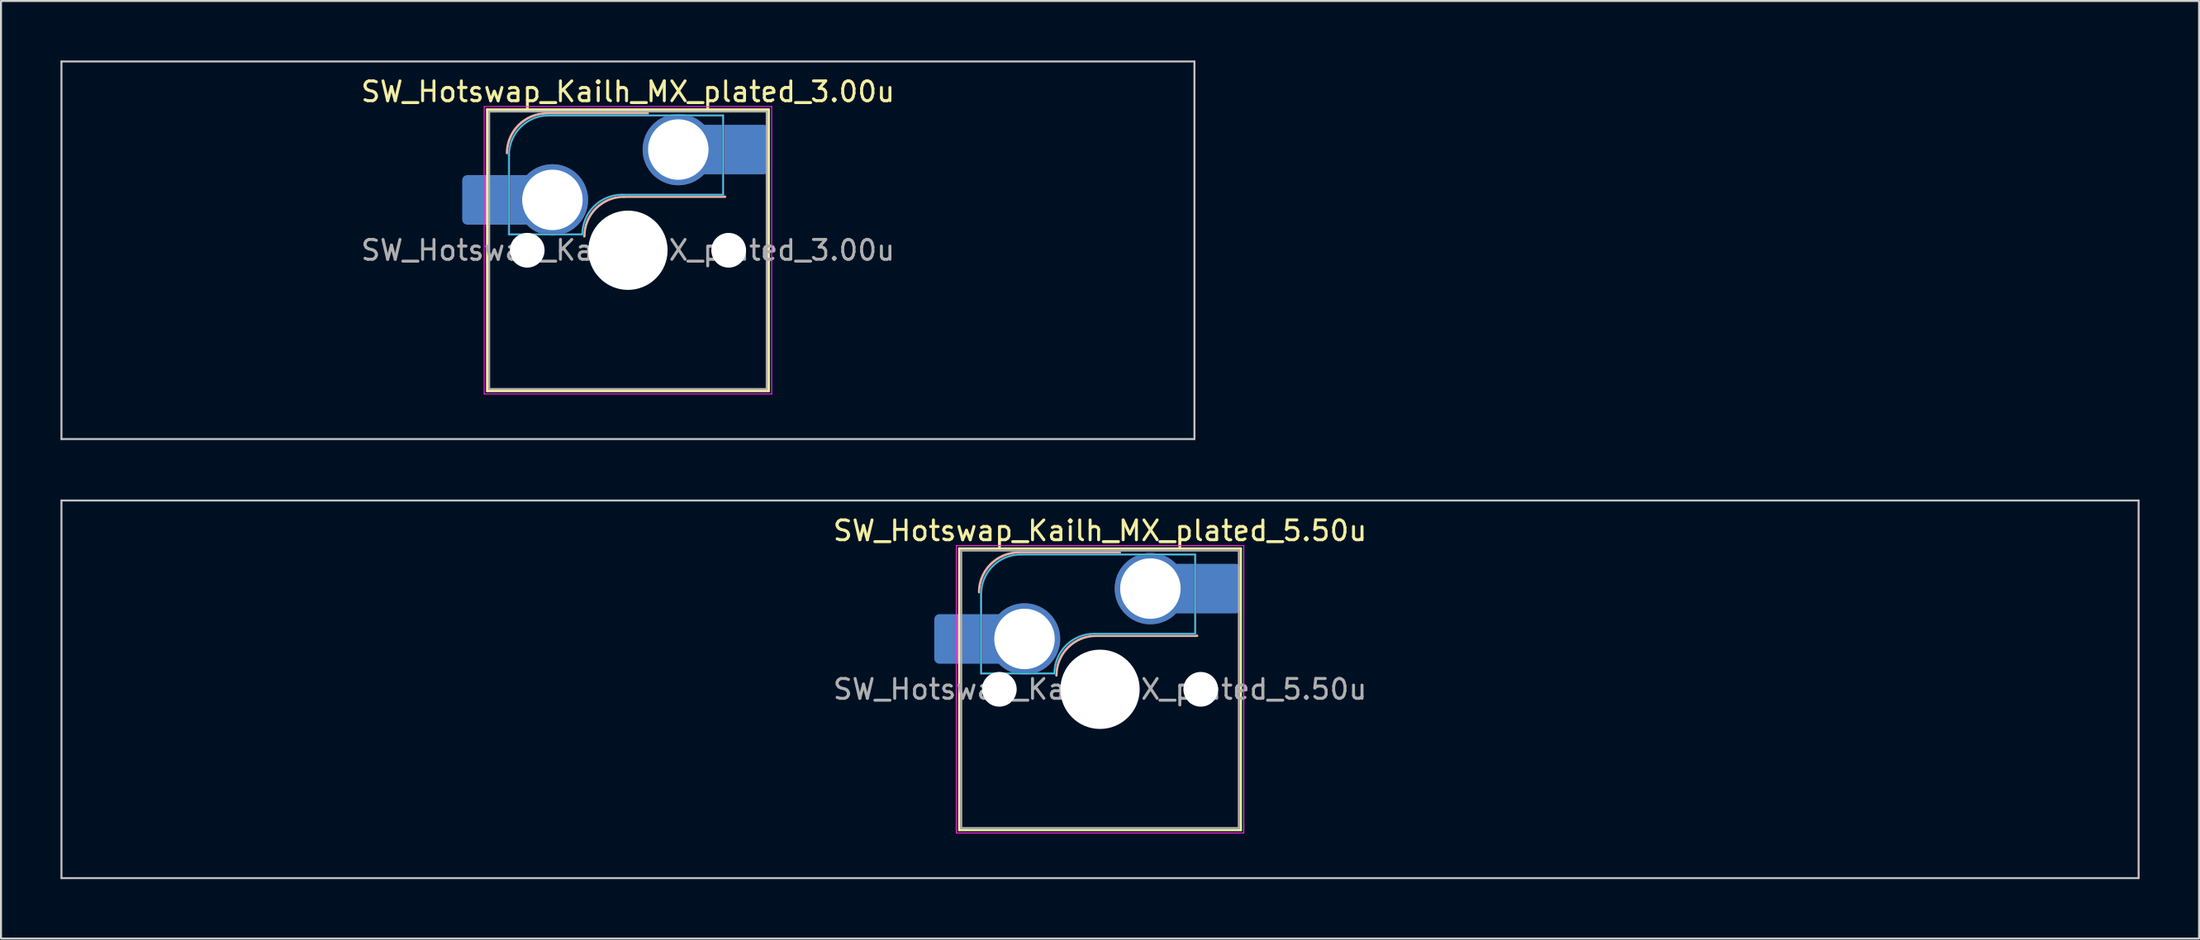
<source format=kicad_pcb>
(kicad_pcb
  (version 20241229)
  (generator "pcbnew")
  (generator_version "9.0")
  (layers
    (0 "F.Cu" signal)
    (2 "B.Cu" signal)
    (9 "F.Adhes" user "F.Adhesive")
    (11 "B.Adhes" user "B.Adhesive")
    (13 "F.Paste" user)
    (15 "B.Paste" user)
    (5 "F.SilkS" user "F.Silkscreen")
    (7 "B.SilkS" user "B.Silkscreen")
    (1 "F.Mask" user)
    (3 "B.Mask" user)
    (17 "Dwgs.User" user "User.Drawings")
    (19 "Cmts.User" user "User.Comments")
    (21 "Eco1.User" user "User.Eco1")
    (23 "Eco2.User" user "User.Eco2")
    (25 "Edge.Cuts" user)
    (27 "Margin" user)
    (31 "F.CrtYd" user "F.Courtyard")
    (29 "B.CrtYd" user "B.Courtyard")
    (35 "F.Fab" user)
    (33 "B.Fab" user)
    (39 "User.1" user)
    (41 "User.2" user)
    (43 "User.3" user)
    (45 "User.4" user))
  (footprint "SW_Hotswap_Kailh_MX_plated_3.00u"
    (layer "F.Cu")
    (at 28.625 9.575)
    (property "Reference" "SW_Hotswap_Kailh_MX_plated_3.00u" (at 0 -8 0) (layer "F.SilkS") (effects (font (size 1 1) (thickness 0.15))))
    (attr smd)
    (fp_line (start -7.1 -7.1) (end -7.1 7.1) (stroke (width 0.12) (type solid)) (layer "F.SilkS"))
    (fp_line (start -7.1 7.1) (end 7.1 7.1) (stroke (width 0.12) (type solid)) (layer "F.SilkS"))
    (fp_line (start 7.1 -7.1) (end -7.1 -7.1) (stroke (width 0.12) (type solid)) (layer "F.SilkS"))
    (fp_line (start 7.1 7.1) (end 7.1 -7.1) (stroke (width 0.12) (type solid)) (layer "F.SilkS"))
    (fp_line (start -4.1 -6.9) (end 1 -6.9) (stroke (width 0.12) (type solid)) (layer "B.SilkS"))
    (fp_line (start -0.2 -2.7) (end 4.9 -2.7) (stroke (width 0.12) (type solid)) (layer "B.SilkS"))
    (fp_arc (start -6.1 -4.9) (mid -5.514214 -6.314214) (end -4.1 -6.9) (stroke (width 0.12) (type solid)) (layer "B.SilkS"))
    (fp_arc (start -2.2 -0.7) (mid -1.614214 -2.114214) (end -0.2 -2.7) (stroke (width 0.12) (type solid)) (layer "B.SilkS"))
    (fp_line (start -28.575 -9.525) (end -28.575 9.525) (stroke (width 0.1) (type solid)) (layer "Dwgs.User"))
    (fp_line (start -28.575 9.525) (end 28.575 9.525) (stroke (width 0.1) (type solid)) (layer "Dwgs.User"))
    (fp_line (start 28.575 -9.525) (end -28.575 -9.525) (stroke (width 0.1) (type solid)) (layer "Dwgs.User"))
    (fp_line (start 28.575 9.525) (end 28.575 -9.525) (stroke (width 0.1) (type solid)) (layer "Dwgs.User"))
    (fp_line (start -7.8 -6) (end -7 -6) (stroke (width 0.1) (type solid)) (layer "Eco1.User"))
    (fp_line (start -7.8 -2.9) (end -7.8 -6) (stroke (width 0.1) (type solid)) (layer "Eco1.User"))
    (fp_line (start -7.8 2.9) (end -7 2.9) (stroke (width 0.1) (type solid)) (layer "Eco1.User"))
    (fp_line (start -7.8 6) (end -7.8 2.9) (stroke (width 0.1) (type solid)) (layer "Eco1.User"))
    (fp_line (start -7 -7) (end 7 -7) (stroke (width 0.1) (type solid)) (layer "Eco1.User"))
    (fp_line (start -7 -6) (end -7 -7) (stroke (width 0.1) (type solid)) (layer "Eco1.User"))
    (fp_line (start -7 -2.9) (end -7.8 -2.9) (stroke (width 0.1) (type solid)) (layer "Eco1.User"))
    (fp_line (start -7 2.9) (end -7 -2.9) (stroke (width 0.1) (type solid)) (layer "Eco1.User"))
    (fp_line (start -7 6) (end -7.8 6) (stroke (width 0.1) (type solid)) (layer "Eco1.User"))
    (fp_line (start -7 7) (end -7 6) (stroke (width 0.1) (type solid)) (layer "Eco1.User"))
    (fp_line (start 7 -7) (end 7 -6) (stroke (width 0.1) (type solid)) (layer "Eco1.User"))
    (fp_line (start 7 -6) (end 7.8 -6) (stroke (width 0.1) (type solid)) (layer "Eco1.User"))
    (fp_line (start 7 -2.9) (end 7 2.9) (stroke (width 0.1) (type solid)) (layer "Eco1.User"))
    (fp_line (start 7 2.9) (end 7.8 2.9) (stroke (width 0.1) (type solid)) (layer "Eco1.User"))
    (fp_line (start 7 6) (end 7 7) (stroke (width 0.1) (type solid)) (layer "Eco1.User"))
    (fp_line (start 7 7) (end -7 7) (stroke (width 0.1) (type solid)) (layer "Eco1.User"))
    (fp_line (start 7.8 -6) (end 7.8 -2.9) (stroke (width 0.1) (type solid)) (layer "Eco1.User"))
    (fp_line (start 7.8 -2.9) (end 7 -2.9) (stroke (width 0.1) (type solid)) (layer "Eco1.User"))
    (fp_line (start 7.8 2.9) (end 7.8 6) (stroke (width 0.1) (type solid)) (layer "Eco1.User"))
    (fp_line (start 7.8 6) (end 7 6) (stroke (width 0.1) (type solid)) (layer "Eco1.User"))
    (fp_line (start -6 -0.8) (end -6 -4.8) (stroke (width 0.05) (type solid)) (layer "B.CrtYd"))
    (fp_line (start -6 -0.8) (end -2.3 -0.8) (stroke (width 0.05) (type solid)) (layer "B.CrtYd"))
    (fp_line (start -4 -6.8) (end 4.8 -6.8) (stroke (width 0.05) (type solid)) (layer "B.CrtYd"))
    (fp_line (start -0.3 -2.8) (end 4.8 -2.8) (stroke (width 0.05) (type solid)) (layer "B.CrtYd"))
    (fp_line (start 4.8 -6.8) (end 4.8 -2.8) (stroke (width 0.05) (type solid)) (layer "B.CrtYd"))
    (fp_arc (start -6 -4.8) (mid -5.414214 -6.214214) (end -4 -6.8) (stroke (width 0.05) (type solid)) (layer "B.CrtYd"))
    (fp_arc (start -2.3 -0.8) (mid -1.714214 -2.214214) (end -0.3 -2.8) (stroke (width 0.05) (type solid)) (layer "B.CrtYd"))
    (fp_line (start -7.25 -7.25) (end -7.25 7.25) (stroke (width 0.05) (type solid)) (layer "F.CrtYd"))
    (fp_line (start -7.25 7.25) (end 7.25 7.25) (stroke (width 0.05) (type solid)) (layer "F.CrtYd"))
    (fp_line (start 7.25 -7.25) (end -7.25 -7.25) (stroke (width 0.05) (type solid)) (layer "F.CrtYd"))
    (fp_line (start 7.25 7.25) (end 7.25 -7.25) (stroke (width 0.05) (type solid)) (layer "F.CrtYd"))
    (fp_line (start -6 -0.8) (end -6 -4.8) (stroke (width 0.12) (type solid)) (layer "B.Fab"))
    (fp_line (start -6 -0.8) (end -2.3 -0.8) (stroke (width 0.12) (type solid)) (layer "B.Fab"))
    (fp_line (start -4 -6.8) (end 4.8 -6.8) (stroke (width 0.12) (type solid)) (layer "B.Fab"))
    (fp_line (start -0.3 -2.8) (end 4.8 -2.8) (stroke (width 0.12) (type solid)) (layer "B.Fab"))
    (fp_line (start 4.8 -6.8) (end 4.8 -2.8) (stroke (width 0.12) (type solid)) (layer "B.Fab"))
    (fp_arc (start -6 -4.8) (mid -5.414214 -6.214214) (end -4 -6.8) (stroke (width 0.12) (type solid)) (layer "B.Fab"))
    (fp_arc (start -2.3 -0.8) (mid -1.714214 -2.214214) (end -0.3 -2.8) (stroke (width 0.12) (type solid)) (layer "B.Fab"))
    (fp_line (start -7 -7) (end -7 7) (stroke (width 0.1) (type solid)) (layer "F.Fab"))
    (fp_line (start -7 7) (end 7 7) (stroke (width 0.1) (type solid)) (layer "F.Fab"))
    (fp_line (start 7 -7) (end -7 -7) (stroke (width 0.1) (type solid)) (layer "F.Fab"))
    (fp_line (start 7 7) (end 7 -7) (stroke (width 0.1) (type solid)) (layer "F.Fab"))
    (fp_text user "${REFERENCE}" (at 0 0 0) (layer "F.Fab") (effects (font (size 1 1) (thickness 0.15))))
    (pad "" smd roundrect (at -7.085 -2.54) (size 2.55 2.5) (layers "B.Mask" "B.Paste") (roundrect_rratio 0.1))
    (pad "" np_thru_hole circle (at -5.08 0) (size 1.75 1.75) (drill 1.75) (layers "*.Cu" "*.Mask"))
    (pad "" smd circle (at -3.81 -2.54) (size 3.1 3.1) (layers "F.Mask"))
    (pad "" np_thru_hole circle (at 0 0) (size 4 4) (drill 4) (layers "*.Cu" "*.Mask"))
    (pad "" smd circle (at 2.54 -5.08) (size 3.1 3.1) (layers "F.Mask"))
    (pad "" np_thru_hole circle (at 5.08 0) (size 1.75 1.75) (drill 1.75) (layers "*.Cu" "*.Mask"))
    (pad "" smd roundrect (at 5.842 -5.08) (size 2.55 2.5) (layers "B.Mask" "B.Paste") (roundrect_rratio 0.1))
    (pad "1" smd roundrect (at -6.585 -2.54) (size 3.55 2.5) (layers "B.Cu") (roundrect_rratio 0.1))
    (pad "1" thru_hole circle (at -3.81 -2.54) (size 3.6 3.6) (drill 3.05) (layers "*.Cu" "B.Mask"))
    (pad "2" thru_hole circle (at 2.54 -5.08) (size 3.6 3.6) (drill 3.05) (layers "*.Cu" "B.Mask"))
    (pad "2" smd roundrect (at 5.32 -5.08) (size 3.55 2.5) (layers "B.Cu") (roundrect_rratio 0.1)))
  (footprint "SW_Hotswap_Kailh_MX_plated_5.50u"
    (layer "F.Cu")
    (at 52.438 31.725)
    (property "Reference" "SW_Hotswap_Kailh_MX_plated_5.50u" (at 0 -8 0) (layer "F.SilkS") (effects (font (size 1 1) (thickness 0.15))))
    (attr smd)
    (fp_line (start -7.1 -7.1) (end -7.1 7.1) (stroke (width 0.12) (type solid)) (layer "F.SilkS"))
    (fp_line (start -7.1 7.1) (end 7.1 7.1) (stroke (width 0.12) (type solid)) (layer "F.SilkS"))
    (fp_line (start 7.1 -7.1) (end -7.1 -7.1) (stroke (width 0.12) (type solid)) (layer "F.SilkS"))
    (fp_line (start 7.1 7.1) (end 7.1 -7.1) (stroke (width 0.12) (type solid)) (layer "F.SilkS"))
    (fp_line (start -4.1 -6.9) (end 1 -6.9) (stroke (width 0.12) (type solid)) (layer "B.SilkS"))
    (fp_line (start -0.2 -2.7) (end 4.9 -2.7) (stroke (width 0.12) (type solid)) (layer "B.SilkS"))
    (fp_arc (start -6.1 -4.9) (mid -5.514214 -6.314214) (end -4.1 -6.9) (stroke (width 0.12) (type solid)) (layer "B.SilkS"))
    (fp_arc (start -2.2 -0.7) (mid -1.614214 -2.114214) (end -0.2 -2.7) (stroke (width 0.12) (type solid)) (layer "B.SilkS"))
    (fp_line (start -52.388 -9.525) (end -52.388 9.525) (stroke (width 0.1) (type solid)) (layer "Dwgs.User"))
    (fp_line (start -52.388 9.525) (end 52.388 9.525) (stroke (width 0.1) (type solid)) (layer "Dwgs.User"))
    (fp_line (start 52.388 -9.525) (end -52.388 -9.525) (stroke (width 0.1) (type solid)) (layer "Dwgs.User"))
    (fp_line (start 52.388 9.525) (end 52.388 -9.525) (stroke (width 0.1) (type solid)) (layer "Dwgs.User"))
    (fp_line (start -7.8 -6) (end -7 -6) (stroke (width 0.1) (type solid)) (layer "Eco1.User"))
    (fp_line (start -7.8 -2.9) (end -7.8 -6) (stroke (width 0.1) (type solid)) (layer "Eco1.User"))
    (fp_line (start -7.8 2.9) (end -7 2.9) (stroke (width 0.1) (type solid)) (layer "Eco1.User"))
    (fp_line (start -7.8 6) (end -7.8 2.9) (stroke (width 0.1) (type solid)) (layer "Eco1.User"))
    (fp_line (start -7 -7) (end 7 -7) (stroke (width 0.1) (type solid)) (layer "Eco1.User"))
    (fp_line (start -7 -6) (end -7 -7) (stroke (width 0.1) (type solid)) (layer "Eco1.User"))
    (fp_line (start -7 -2.9) (end -7.8 -2.9) (stroke (width 0.1) (type solid)) (layer "Eco1.User"))
    (fp_line (start -7 2.9) (end -7 -2.9) (stroke (width 0.1) (type solid)) (layer "Eco1.User"))
    (fp_line (start -7 6) (end -7.8 6) (stroke (width 0.1) (type solid)) (layer "Eco1.User"))
    (fp_line (start -7 7) (end -7 6) (stroke (width 0.1) (type solid)) (layer "Eco1.User"))
    (fp_line (start 7 -7) (end 7 -6) (stroke (width 0.1) (type solid)) (layer "Eco1.User"))
    (fp_line (start 7 -6) (end 7.8 -6) (stroke (width 0.1) (type solid)) (layer "Eco1.User"))
    (fp_line (start 7 -2.9) (end 7 2.9) (stroke (width 0.1) (type solid)) (layer "Eco1.User"))
    (fp_line (start 7 2.9) (end 7.8 2.9) (stroke (width 0.1) (type solid)) (layer "Eco1.User"))
    (fp_line (start 7 6) (end 7 7) (stroke (width 0.1) (type solid)) (layer "Eco1.User"))
    (fp_line (start 7 7) (end -7 7) (stroke (width 0.1) (type solid)) (layer "Eco1.User"))
    (fp_line (start 7.8 -6) (end 7.8 -2.9) (stroke (width 0.1) (type solid)) (layer "Eco1.User"))
    (fp_line (start 7.8 -2.9) (end 7 -2.9) (stroke (width 0.1) (type solid)) (layer "Eco1.User"))
    (fp_line (start 7.8 2.9) (end 7.8 6) (stroke (width 0.1) (type solid)) (layer "Eco1.User"))
    (fp_line (start 7.8 6) (end 7 6) (stroke (width 0.1) (type solid)) (layer "Eco1.User"))
    (fp_line (start -6 -0.8) (end -6 -4.8) (stroke (width 0.05) (type solid)) (layer "B.CrtYd"))
    (fp_line (start -6 -0.8) (end -2.3 -0.8) (stroke (width 0.05) (type solid)) (layer "B.CrtYd"))
    (fp_line (start -4 -6.8) (end 4.8 -6.8) (stroke (width 0.05) (type solid)) (layer "B.CrtYd"))
    (fp_line (start -0.3 -2.8) (end 4.8 -2.8) (stroke (width 0.05) (type solid)) (layer "B.CrtYd"))
    (fp_line (start 4.8 -6.8) (end 4.8 -2.8) (stroke (width 0.05) (type solid)) (layer "B.CrtYd"))
    (fp_arc (start -6 -4.8) (mid -5.414214 -6.214214) (end -4 -6.8) (stroke (width 0.05) (type solid)) (layer "B.CrtYd"))
    (fp_arc (start -2.3 -0.8) (mid -1.714214 -2.214214) (end -0.3 -2.8) (stroke (width 0.05) (type solid)) (layer "B.CrtYd"))
    (fp_line (start -7.25 -7.25) (end -7.25 7.25) (stroke (width 0.05) (type solid)) (layer "F.CrtYd"))
    (fp_line (start -7.25 7.25) (end 7.25 7.25) (stroke (width 0.05) (type solid)) (layer "F.CrtYd"))
    (fp_line (start 7.25 -7.25) (end -7.25 -7.25) (stroke (width 0.05) (type solid)) (layer "F.CrtYd"))
    (fp_line (start 7.25 7.25) (end 7.25 -7.25) (stroke (width 0.05) (type solid)) (layer "F.CrtYd"))
    (fp_line (start -6 -0.8) (end -6 -4.8) (stroke (width 0.12) (type solid)) (layer "B.Fab"))
    (fp_line (start -6 -0.8) (end -2.3 -0.8) (stroke (width 0.12) (type solid)) (layer "B.Fab"))
    (fp_line (start -4 -6.8) (end 4.8 -6.8) (stroke (width 0.12) (type solid)) (layer "B.Fab"))
    (fp_line (start -0.3 -2.8) (end 4.8 -2.8) (stroke (width 0.12) (type solid)) (layer "B.Fab"))
    (fp_line (start 4.8 -6.8) (end 4.8 -2.8) (stroke (width 0.12) (type solid)) (layer "B.Fab"))
    (fp_arc (start -6 -4.8) (mid -5.414214 -6.214214) (end -4 -6.8) (stroke (width 0.12) (type solid)) (layer "B.Fab"))
    (fp_arc (start -2.3 -0.8) (mid -1.714214 -2.214214) (end -0.3 -2.8) (stroke (width 0.12) (type solid)) (layer "B.Fab"))
    (fp_line (start -7 -7) (end -7 7) (stroke (width 0.1) (type solid)) (layer "F.Fab"))
    (fp_line (start -7 7) (end 7 7) (stroke (width 0.1) (type solid)) (layer "F.Fab"))
    (fp_line (start 7 -7) (end -7 -7) (stroke (width 0.1) (type solid)) (layer "F.Fab"))
    (fp_line (start 7 7) (end 7 -7) (stroke (width 0.1) (type solid)) (layer "F.Fab"))
    (fp_text user "${REFERENCE}" (at 0 0 0) (layer "F.Fab") (effects (font (size 1 1) (thickness 0.15))))
    (pad "" smd roundrect (at -7.085 -2.54) (size 2.55 2.5) (layers "B.Mask" "B.Paste") (roundrect_rratio 0.1))
    (pad "" np_thru_hole circle (at -5.08 0) (size 1.75 1.75) (drill 1.75) (layers "*.Cu" "*.Mask"))
    (pad "" smd circle (at -3.81 -2.54) (size 3.1 3.1) (layers "F.Mask"))
    (pad "" np_thru_hole circle (at 0 0) (size 4 4) (drill 4) (layers "*.Cu" "*.Mask"))
    (pad "" smd circle (at 2.54 -5.08) (size 3.1 3.1) (layers "F.Mask"))
    (pad "" np_thru_hole circle (at 5.08 0) (size 1.75 1.75) (drill 1.75) (layers "*.Cu" "*.Mask"))
    (pad "" smd roundrect (at 5.842 -5.08) (size 2.55 2.5) (layers "B.Mask" "B.Paste") (roundrect_rratio 0.1))
    (pad "1" smd roundrect (at -6.585 -2.54) (size 3.55 2.5) (layers "B.Cu") (roundrect_rratio 0.1))
    (pad "1" thru_hole circle (at -3.81 -2.54) (size 3.6 3.6) (drill 3.05) (layers "*.Cu" "B.Mask"))
    (pad "2" thru_hole circle (at 2.54 -5.08) (size 3.6 3.6) (drill 3.05) (layers "*.Cu" "B.Mask"))
    (pad "2" smd roundrect (at 5.32 -5.08) (size 3.55 2.5) (layers "B.Cu") (roundrect_rratio 0.1)))
  (gr_rect
    (start -3 -3)
    (end 107.875 44.3)
    (stroke (width 0.1) (type default))
    (fill no)
    (layer "Edge.Cuts")))
</source>
